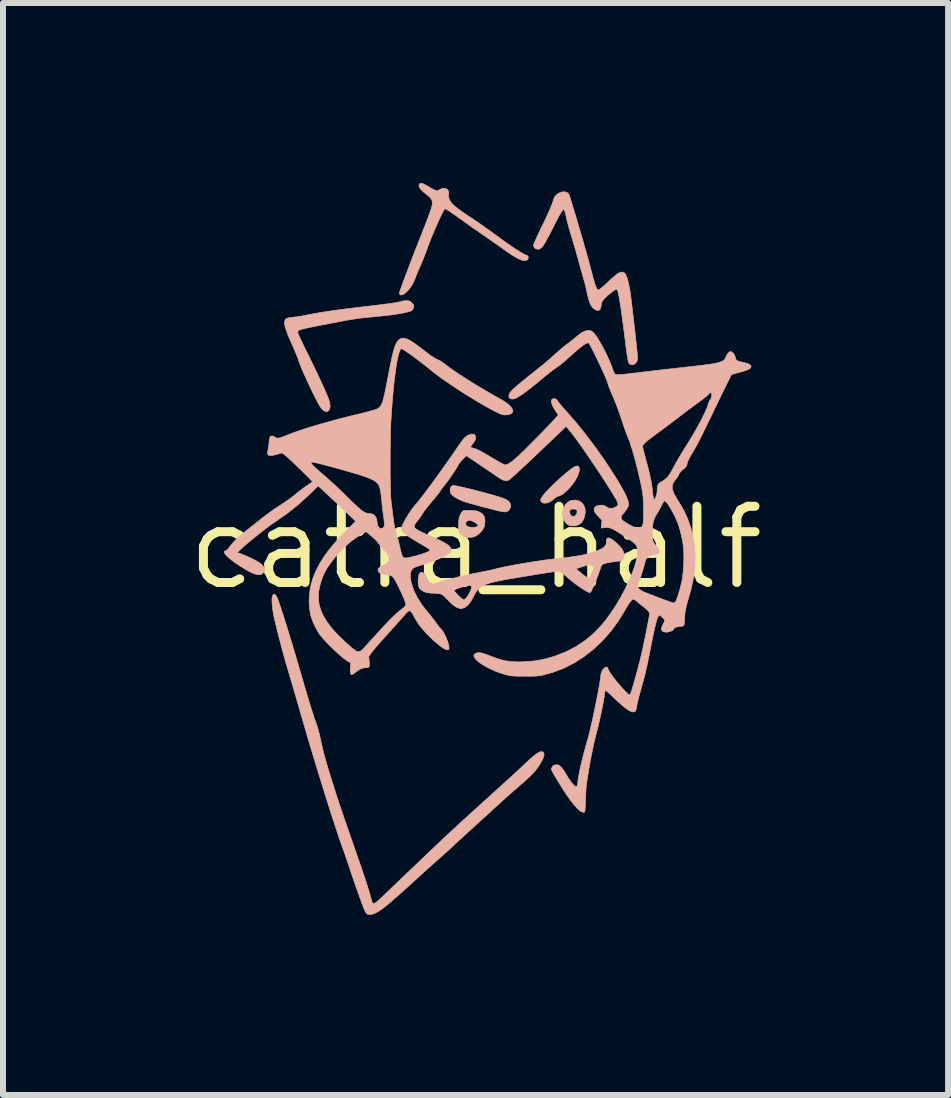
<source format=kicad_pcb>
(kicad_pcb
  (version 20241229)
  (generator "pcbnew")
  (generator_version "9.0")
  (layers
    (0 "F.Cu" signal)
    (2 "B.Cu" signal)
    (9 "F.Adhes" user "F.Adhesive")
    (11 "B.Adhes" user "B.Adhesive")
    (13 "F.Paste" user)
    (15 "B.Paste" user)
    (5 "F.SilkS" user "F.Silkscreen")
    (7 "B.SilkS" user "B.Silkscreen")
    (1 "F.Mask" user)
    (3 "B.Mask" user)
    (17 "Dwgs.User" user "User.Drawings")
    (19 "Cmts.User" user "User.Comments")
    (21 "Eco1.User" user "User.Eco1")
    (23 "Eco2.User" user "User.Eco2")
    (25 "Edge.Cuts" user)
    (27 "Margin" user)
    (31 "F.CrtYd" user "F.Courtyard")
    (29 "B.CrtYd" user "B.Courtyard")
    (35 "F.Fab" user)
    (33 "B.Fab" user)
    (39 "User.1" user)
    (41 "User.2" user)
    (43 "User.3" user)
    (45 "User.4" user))
  (footprint "catra_half"
    (layer "F.Cu")
    (at 4.876 6.078)
    (property "Reference" "catra_half" (at 0 0 0) (layer "F.SilkS") (effects (font (size 1.27 1.27) (thickness 0.15))))
    (attr through_hole)
    (fp_poly (pts (xy 1.716 -1.355) (xy 1.728 -1.33) (xy 1.73 -1.299) (xy 1.721 -1.247) (xy 1.697 -1.187) (xy 1.662 -1.123) (xy 1.617 -1.058) (xy 1.566 -0.996) (xy 1.513 -0.942) (xy 1.459 -0.897) (xy 1.407 -0.867) (xy 1.382 -0.859) (xy 1.349 -0.846) (xy 1.322 -0.829) (xy 1.317 -0.824) (xy 1.277 -0.788) (xy 1.232 -0.761) (xy 1.187 -0.745) (xy 1.146 -0.741) (xy 1.112 -0.75) (xy 1.095 -0.767) (xy 1.085 -0.784) (xy 1.084 -0.798) (xy 1.092 -0.818) (xy 1.106 -0.843) (xy 1.13 -0.877) (xy 1.167 -0.92) (xy 1.215 -0.971) (xy 1.271 -1.028) (xy 1.331 -1.086) (xy 1.394 -1.145) (xy 1.457 -1.201) (xy 1.518 -1.252) (xy 1.572 -1.296) (xy 1.618 -1.33) (xy 1.653 -1.351) (xy 1.66 -1.354) (xy 1.694 -1.363) (xy 1.716 -1.355)) (stroke (width 0.01) (type solid)) (fill yes) (layer "B.SilkS"))
    (fp_poly (pts (xy 1.672 -0.791) (xy 1.729 -0.777) (xy 1.774 -0.746) (xy 1.806 -0.703) (xy 1.825 -0.648) (xy 1.829 -0.586) (xy 1.817 -0.518) (xy 1.801 -0.475) (xy 1.768 -0.421) (xy 1.723 -0.384) (xy 1.665 -0.365) (xy 1.642 -0.363) (xy 1.585 -0.365) (xy 1.549 -0.376) (xy 1.508 -0.408) (xy 1.475 -0.455) (xy 1.454 -0.511) (xy 1.447 -0.57) (xy 1.451 -0.611) (xy 1.568 -0.611) (xy 1.568 -0.581) (xy 1.58 -0.552) (xy 1.6 -0.528) (xy 1.627 -0.519) (xy 1.628 -0.519) (xy 1.648 -0.526) (xy 1.671 -0.544) (xy 1.671 -0.544) (xy 1.689 -0.574) (xy 1.691 -0.605) (xy 1.688 -0.627) (xy 1.678 -0.638) (xy 1.656 -0.642) (xy 1.642 -0.644) (xy 1.61 -0.643) (xy 1.586 -0.637) (xy 1.581 -0.634) (xy 1.568 -0.611) (xy 1.451 -0.611) (xy 1.451 -0.616) (xy 1.47 -0.673) (xy 1.499 -0.719) (xy 1.529 -0.75) (xy 1.565 -0.777) (xy 1.602 -0.79) (xy 1.647 -0.793) (xy 1.672 -0.791)) (stroke (width 0.01) (type solid)) (fill yes) (layer "B.SilkS"))
    (fp_poly (pts (xy -0.345 -1.034) (xy -0.305 -1.027) (xy -0.251 -1.015) (xy -0.185 -1) (xy -0.109 -0.982) (xy -0.028 -0.962) (xy 0.056 -0.94) (xy 0.14 -0.918) (xy 0.222 -0.896) (xy 0.298 -0.875) (xy 0.314 -0.87) (xy 0.393 -0.846) (xy 0.454 -0.826) (xy 0.5 -0.807) (xy 0.533 -0.789) (xy 0.556 -0.77) (xy 0.571 -0.748) (xy 0.578 -0.734) (xy 0.587 -0.706) (xy 0.585 -0.682) (xy 0.578 -0.663) (xy 0.556 -0.624) (xy 0.526 -0.603) (xy 0.485 -0.596) (xy 0.445 -0.6) (xy 0.417 -0.606) (xy 0.372 -0.616) (xy 0.314 -0.631) (xy 0.247 -0.648) (xy 0.174 -0.667) (xy 0.099 -0.686) (xy 0.026 -0.706) (xy -0.043 -0.725) (xy -0.103 -0.742) (xy -0.15 -0.755) (xy -0.177 -0.764) (xy -0.24 -0.788) (xy -0.298 -0.816) (xy -0.349 -0.845) (xy -0.387 -0.874) (xy -0.41 -0.901) (xy -0.414 -0.907) (xy -0.424 -0.953) (xy -0.421 -0.992) (xy -0.406 -1.021) (xy -0.38 -1.036) (xy -0.367 -1.037) (xy -0.345 -1.034)) (stroke (width 0.01) (type solid)) (fill yes) (layer "B.SilkS"))
    (fp_poly (pts (xy -0.041 -0.619) (xy -0.004 -0.616) (xy 0.024 -0.611) (xy 0.05 -0.601) (xy 0.069 -0.592) (xy 0.113 -0.564) (xy 0.14 -0.53) (xy 0.154 -0.486) (xy 0.157 -0.427) (xy 0.156 -0.422) (xy 0.152 -0.378) (xy 0.143 -0.345) (xy 0.126 -0.313) (xy 0.117 -0.299) (xy 0.087 -0.262) (xy 0.049 -0.226) (xy 0.029 -0.211) (xy -0.005 -0.19) (xy -0.037 -0.178) (xy -0.075 -0.173) (xy -0.094 -0.172) (xy -0.142 -0.172) (xy -0.178 -0.178) (xy -0.2 -0.187) (xy -0.237 -0.211) (xy -0.261 -0.241) (xy -0.275 -0.281) (xy -0.283 -0.337) (xy -0.283 -0.346) (xy -0.283 -0.403) (xy -0.166 -0.403) (xy -0.161 -0.377) (xy -0.141 -0.356) (xy -0.13 -0.351) (xy -0.094 -0.343) (xy -0.052 -0.34) (xy -0.012 -0.342) (xy 0.019 -0.349) (xy 0.027 -0.354) (xy 0.04 -0.365) (xy 0.04 -0.375) (xy 0.026 -0.392) (xy -0.006 -0.419) (xy -0.048 -0.441) (xy -0.088 -0.454) (xy -0.104 -0.455) (xy -0.136 -0.447) (xy -0.157 -0.428) (xy -0.166 -0.403) (xy -0.283 -0.403) (xy -0.283 -0.43) (xy -0.273 -0.5) (xy -0.252 -0.556) (xy -0.233 -0.586) (xy -0.203 -0.619) (xy -0.093 -0.619) (xy -0.041 -0.619)) (stroke (width 0.01) (type solid)) (fill yes) (layer "B.SilkS"))
    (fp_poly (pts (xy -1.117 -4.115) (xy -1.092 -4.106) (xy -1.067 -4.086) (xy -1.063 -4.081) (xy -1.037 -4.051) (xy -1.028 -4.026) (xy -1.034 -3.997) (xy -1.043 -3.979) (xy -1.059 -3.957) (xy -1.086 -3.942) (xy -1.114 -3.933) (xy -1.188 -3.915) (xy -1.278 -3.898) (xy -1.386 -3.882) (xy -1.512 -3.867) (xy -1.658 -3.852) (xy -1.714 -3.847) (xy -1.792 -3.839) (xy -1.861 -3.832) (xy -1.926 -3.825) (xy -1.991 -3.816) (xy -2.059 -3.805) (xy -2.134 -3.793) (xy -2.219 -3.777) (xy -2.319 -3.758) (xy -2.413 -3.74) (xy -2.534 -3.717) (xy -2.636 -3.697) (xy -2.72 -3.68) (xy -2.788 -3.666) (xy -2.842 -3.654) (xy -2.884 -3.644) (xy -2.915 -3.635) (xy -2.936 -3.627) (xy -2.95 -3.619) (xy -2.958 -3.611) (xy -2.962 -3.602) (xy -2.963 -3.593) (xy -2.963 -3.586) (xy -2.959 -3.572) (xy -2.946 -3.54) (xy -2.926 -3.495) (xy -2.899 -3.439) (xy -2.868 -3.374) (xy -2.833 -3.302) (xy -2.816 -3.266) (xy -2.763 -3.16) (xy -2.71 -3.051) (xy -2.659 -2.945) (xy -2.611 -2.842) (xy -2.566 -2.746) (xy -2.526 -2.658) (xy -2.492 -2.582) (xy -2.466 -2.52) (xy -2.449 -2.479) (xy -2.43 -2.415) (xy -2.424 -2.359) (xy -2.431 -2.314) (xy -2.436 -2.304) (xy -2.456 -2.276) (xy -2.48 -2.267) (xy -2.513 -2.274) (xy -2.514 -2.275) (xy -2.534 -2.288) (xy -2.559 -2.311) (xy -2.572 -2.325) (xy -2.589 -2.349) (xy -2.614 -2.391) (xy -2.643 -2.446) (xy -2.678 -2.512) (xy -2.715 -2.587) (xy -2.753 -2.666) (xy -2.792 -2.749) (xy -2.829 -2.831) (xy -2.865 -2.909) (xy -2.896 -2.982) (xy -2.922 -3.046) (xy -2.942 -3.098) (xy -2.953 -3.133) (xy -2.961 -3.157) (xy -2.977 -3.197) (xy -2.998 -3.248) (xy -3.023 -3.307) (xy -3.05 -3.37) (xy -3.054 -3.378) (xy -3.098 -3.477) (xy -3.132 -3.56) (xy -3.156 -3.628) (xy -3.173 -3.682) (xy -3.182 -3.725) (xy -3.183 -3.759) (xy -3.181 -3.771) (xy -3.174 -3.795) (xy -3.162 -3.813) (xy -3.14 -3.825) (xy -3.105 -3.833) (xy -3.054 -3.84) (xy -3.032 -3.842) (xy -2.974 -3.849) (xy -2.908 -3.859) (xy -2.845 -3.871) (xy -2.829 -3.874) (xy -2.752 -3.89) (xy -2.671 -3.905) (xy -2.583 -3.92) (xy -2.487 -3.935) (xy -2.381 -3.951) (xy -2.262 -3.967) (xy -2.129 -3.984) (xy -1.98 -4.002) (xy -1.813 -4.022) (xy -1.725 -4.032) (xy -1.594 -4.048) (xy -1.484 -4.062) (xy -1.394 -4.074) (xy -1.323 -4.086) (xy -1.27 -4.096) (xy -1.236 -4.105) (xy -1.232 -4.107) (xy -1.205 -4.113) (xy -1.169 -4.116) (xy -1.152 -4.117) (xy -1.117 -4.115)) (stroke (width 0.01) (type solid)) (fill yes) (layer "B.SilkS"))
    (fp_poly (pts (xy -0.893 -6.072) (xy -0.864 -6.061) (xy -0.825 -6.041) (xy -0.771 -6.01) (xy -0.766 -6.006) (xy -0.723 -5.982) (xy -0.686 -5.963) (xy -0.657 -5.951) (xy -0.646 -5.948) (xy -0.621 -5.954) (xy -0.596 -5.969) (xy -0.564 -5.985) (xy -0.528 -5.99) (xy -0.494 -5.984) (xy -0.468 -5.97) (xy -0.455 -5.948) (xy -0.454 -5.944) (xy -0.453 -5.927) (xy -0.452 -5.897) (xy -0.452 -5.873) (xy -0.448 -5.837) (xy -0.438 -5.804) (xy -0.419 -5.77) (xy -0.392 -5.735) (xy -0.353 -5.697) (xy -0.301 -5.655) (xy -0.236 -5.607) (xy -0.155 -5.551) (xy -0.074 -5.498) (xy -0.009 -5.455) (xy 0.066 -5.403) (xy 0.146 -5.347) (xy 0.225 -5.291) (xy 0.295 -5.24) (xy 0.296 -5.239) (xy 0.402 -5.162) (xy 0.5 -5.091) (xy 0.59 -5.029) (xy 0.669 -4.976) (xy 0.737 -4.933) (xy 0.792 -4.901) (xy 0.832 -4.88) (xy 0.852 -4.873) (xy 0.872 -4.862) (xy 0.878 -4.839) (xy 0.878 -4.838) (xy 0.872 -4.806) (xy 0.851 -4.789) (xy 0.814 -4.784) (xy 0.814 -4.784) (xy 0.775 -4.79) (xy 0.724 -4.811) (xy 0.659 -4.846) (xy 0.581 -4.895) (xy 0.488 -4.959) (xy 0.487 -4.96) (xy 0.434 -4.998) (xy 0.368 -5.044) (xy 0.296 -5.095) (xy 0.222 -5.147) (xy 0.151 -5.196) (xy 0.138 -5.205) (xy 0.064 -5.256) (xy -0.017 -5.312) (xy -0.099 -5.37) (xy -0.177 -5.426) (xy -0.244 -5.473) (xy -0.249 -5.476) (xy -0.322 -5.529) (xy -0.381 -5.57) (xy -0.426 -5.601) (xy -0.459 -5.623) (xy -0.484 -5.637) (xy -0.5 -5.645) (xy -0.511 -5.646) (xy -0.517 -5.643) (xy -0.521 -5.64) (xy -0.536 -5.613) (xy -0.558 -5.57) (xy -0.585 -5.514) (xy -0.616 -5.448) (xy -0.648 -5.375) (xy -0.682 -5.298) (xy -0.715 -5.22) (xy -0.746 -5.145) (xy -0.773 -5.076) (xy -0.796 -5.016) (xy -0.813 -4.969) (xy -0.828 -4.926) (xy -0.85 -4.869) (xy -0.875 -4.805) (xy -0.903 -4.739) (xy -0.918 -4.704) (xy -0.943 -4.646) (xy -0.967 -4.591) (xy -0.986 -4.543) (xy -1 -4.508) (xy -1.005 -4.493) (xy -1.028 -4.437) (xy -1.057 -4.382) (xy -1.091 -4.331) (xy -1.128 -4.285) (xy -1.166 -4.249) (xy -1.201 -4.223) (xy -1.232 -4.211) (xy -1.257 -4.215) (xy -1.263 -4.219) (xy -1.269 -4.235) (xy -1.27 -4.242) (xy -1.266 -4.257) (xy -1.256 -4.29) (xy -1.239 -4.338) (xy -1.216 -4.4) (xy -1.19 -4.473) (xy -1.159 -4.555) (xy -1.125 -4.644) (xy -1.089 -4.739) (xy -1.052 -4.836) (xy -1.014 -4.935) (xy -0.976 -5.032) (xy -0.939 -5.126) (xy -0.904 -5.215) (xy -0.893 -5.244) (xy -0.847 -5.358) (xy -0.81 -5.454) (xy -0.779 -5.534) (xy -0.756 -5.6) (xy -0.739 -5.653) (xy -0.728 -5.695) (xy -0.721 -5.727) (xy -0.72 -5.75) (xy -0.726 -5.788) (xy -0.747 -5.824) (xy -0.785 -5.862) (xy -0.82 -5.889) (xy -0.872 -5.931) (xy -0.912 -5.971) (xy -0.936 -6.007) (xy -0.945 -6.038) (xy -0.937 -6.061) (xy -0.93 -6.067) (xy -0.914 -6.073) (xy -0.893 -6.072)) (stroke (width 0.01) (type solid)) (fill yes) (layer "B.SilkS"))
    (fp_poly (pts (xy 1.501 -5.928) (xy 1.532 -5.914) (xy 1.552 -5.895) (xy 1.554 -5.892) (xy 1.561 -5.875) (xy 1.573 -5.839) (xy 1.589 -5.788) (xy 1.609 -5.723) (xy 1.632 -5.647) (xy 1.658 -5.562) (xy 1.686 -5.47) (xy 1.714 -5.373) (xy 1.743 -5.275) (xy 1.772 -5.176) (xy 1.8 -5.08) (xy 1.826 -4.988) (xy 1.85 -4.903) (xy 1.871 -4.828) (xy 1.889 -4.764) (xy 1.899 -4.725) (xy 1.927 -4.618) (xy 1.95 -4.53) (xy 1.97 -4.459) (xy 1.987 -4.403) (xy 2.001 -4.361) (xy 2.013 -4.332) (xy 2.024 -4.312) (xy 2.034 -4.302) (xy 2.045 -4.298) (xy 2.057 -4.3) (xy 2.064 -4.303) (xy 2.079 -4.314) (xy 2.105 -4.336) (xy 2.141 -4.367) (xy 2.182 -4.405) (xy 2.205 -4.426) (xy 2.268 -4.484) (xy 2.318 -4.528) (xy 2.358 -4.56) (xy 2.391 -4.58) (xy 2.418 -4.591) (xy 2.441 -4.593) (xy 2.464 -4.589) (xy 2.471 -4.587) (xy 2.493 -4.568) (xy 2.514 -4.529) (xy 2.534 -4.47) (xy 2.553 -4.39) (xy 2.572 -4.29) (xy 2.576 -4.265) (xy 2.581 -4.232) (xy 2.588 -4.181) (xy 2.596 -4.117) (xy 2.605 -4.041) (xy 2.615 -3.955) (xy 2.626 -3.863) (xy 2.637 -3.768) (xy 2.648 -3.671) (xy 2.659 -3.575) (xy 2.669 -3.482) (xy 2.678 -3.397) (xy 2.686 -3.32) (xy 2.693 -3.254) (xy 2.698 -3.203) (xy 2.701 -3.169) (xy 2.702 -3.156) (xy 2.694 -3.115) (xy 2.674 -3.081) (xy 2.645 -3.058) (xy 2.612 -3.048) (xy 2.578 -3.055) (xy 2.568 -3.062) (xy 2.561 -3.067) (xy 2.555 -3.076) (xy 2.55 -3.089) (xy 2.544 -3.108) (xy 2.538 -3.135) (xy 2.532 -3.172) (xy 2.524 -3.221) (xy 2.516 -3.284) (xy 2.505 -3.363) (xy 2.493 -3.46) (xy 2.482 -3.545) (xy 2.464 -3.69) (xy 2.446 -3.822) (xy 2.43 -3.94) (xy 2.415 -4.042) (xy 2.401 -4.128) (xy 2.389 -4.197) (xy 2.378 -4.247) (xy 2.37 -4.277) (xy 2.368 -4.282) (xy 2.355 -4.301) (xy 2.343 -4.307) (xy 2.329 -4.301) (xy 2.304 -4.285) (xy 2.273 -4.261) (xy 2.268 -4.258) (xy 2.205 -4.206) (xy 2.158 -4.162) (xy 2.125 -4.125) (xy 2.105 -4.093) (xy 2.096 -4.064) (xy 2.095 -4.05) (xy 2.091 -4.014) (xy 2.078 -3.98) (xy 2.061 -3.958) (xy 2.053 -3.953) (xy 2.026 -3.954) (xy 1.992 -3.969) (xy 1.959 -3.994) (xy 1.95 -4.002) (xy 1.925 -4.037) (xy 1.903 -4.085) (xy 1.882 -4.149) (xy 1.862 -4.232) (xy 1.858 -4.25) (xy 1.845 -4.311) (xy 1.83 -4.375) (xy 1.815 -4.433) (xy 1.805 -4.466) (xy 1.794 -4.505) (xy 1.779 -4.559) (xy 1.76 -4.624) (xy 1.741 -4.694) (xy 1.721 -4.766) (xy 1.719 -4.773) (xy 1.696 -4.856) (xy 1.67 -4.949) (xy 1.642 -5.044) (xy 1.616 -5.132) (xy 1.598 -5.191) (xy 1.576 -5.262) (xy 1.555 -5.335) (xy 1.537 -5.404) (xy 1.522 -5.464) (xy 1.513 -5.503) (xy 1.503 -5.551) (xy 1.492 -5.591) (xy 1.483 -5.619) (xy 1.477 -5.629) (xy 1.469 -5.633) (xy 1.46 -5.631) (xy 1.448 -5.62) (xy 1.432 -5.599) (xy 1.412 -5.566) (xy 1.386 -5.52) (xy 1.354 -5.459) (xy 1.315 -5.382) (xy 1.281 -5.315) (xy 1.234 -5.222) (xy 1.194 -5.148) (xy 1.161 -5.089) (xy 1.132 -5.044) (xy 1.108 -5.012) (xy 1.086 -4.991) (xy 1.065 -4.979) (xy 1.045 -4.974) (xy 1.039 -4.974) (xy 1.001 -4.982) (xy 0.976 -5.005) (xy 0.967 -5.037) (xy 0.968 -5.052) (xy 0.975 -5.071) (xy 0.99 -5.106) (xy 1.01 -5.153) (xy 1.036 -5.209) (xy 1.065 -5.27) (xy 1.071 -5.281) (xy 1.122 -5.387) (xy 1.169 -5.485) (xy 1.209 -5.573) (xy 1.243 -5.65) (xy 1.269 -5.713) (xy 1.287 -5.761) (xy 1.295 -5.791) (xy 1.296 -5.792) (xy 1.313 -5.839) (xy 1.346 -5.88) (xy 1.389 -5.911) (xy 1.437 -5.929) (xy 1.485 -5.932) (xy 1.501 -5.928)) (stroke (width 0.01) (type solid)) (fill yes) (layer "B.SilkS"))
    (fp_poly (pts (xy 2.25 -0.152) (xy 2.285 -0.13) (xy 2.328 -0.096) (xy 2.372 -0.056) (xy 2.412 -0.013) (xy 2.443 0.026) (xy 2.447 0.031) (xy 2.47 0.082) (xy 2.477 0.13) (xy 2.467 0.173) (xy 2.451 0.196) (xy 2.429 0.214) (xy 2.412 0.222) (xy 2.411 0.222) (xy 2.381 0.225) (xy 2.338 0.23) (xy 2.288 0.237) (xy 2.237 0.246) (xy 2.191 0.254) (xy 2.155 0.262) (xy 2.136 0.268) (xy 2.115 0.279) (xy 2.1 0.297) (xy 2.087 0.325) (xy 2.081 0.345) (xy 2.067 0.385) (xy 2.048 0.437) (xy 2.026 0.496) (xy 2.001 0.558) (xy 1.978 0.616) (xy 1.956 0.666) (xy 1.939 0.703) (xy 1.936 0.711) (xy 1.92 0.737) (xy 1.907 0.747) (xy 1.891 0.746) (xy 1.858 0.731) (xy 1.813 0.705) (xy 1.758 0.67) (xy 1.697 0.627) (xy 1.633 0.579) (xy 1.57 0.529) (xy 1.511 0.478) (xy 1.503 0.471) (xy 1.467 0.44) (xy 1.433 0.415) (xy 1.407 0.399) (xy 1.398 0.395) (xy 1.39 0.394) (xy 1.379 0.393) (xy 1.364 0.394) (xy 1.342 0.396) (xy 1.312 0.399) (xy 1.273 0.405) (xy 1.223 0.412) (xy 1.161 0.422) (xy 1.084 0.434) (xy 0.992 0.449) (xy 0.882 0.467) (xy 0.753 0.488) (xy 0.725 0.493) (xy 0.589 0.516) (xy 0.473 0.536) (xy 0.374 0.556) (xy 0.29 0.575) (xy 0.221 0.594) (xy 0.163 0.615) (xy 0.116 0.637) (xy 0.077 0.662) (xy 0.045 0.691) (xy 0.018 0.723) (xy -0.007 0.761) (xy -0.029 0.804) (xy -0.038 0.821) (xy -0.08 0.897) (xy -0.126 0.955) (xy -0.174 0.994) (xy -0.224 1.014) (xy -0.246 1.016) (xy -0.269 1.011) (xy -0.302 0.999) (xy -0.326 0.989) (xy -0.373 0.957) (xy -0.429 0.907) (xy -0.46 0.873) (xy -0.495 0.837) (xy -0.528 0.805) (xy -0.555 0.783) (xy -0.569 0.775) (xy -0.592 0.769) (xy -0.63 0.765) (xy -0.676 0.761) (xy -0.705 0.759) (xy -0.761 0.756) (xy -0.802 0.75) (xy -0.834 0.742) (xy -0.864 0.729) (xy -0.894 0.711) (xy -0.358 0.711) (xy -0.352 0.725) (xy -0.333 0.748) (xy -0.307 0.776) (xy -0.277 0.807) (xy -0.247 0.834) (xy -0.22 0.856) (xy -0.202 0.867) (xy -0.199 0.868) (xy -0.182 0.861) (xy -0.161 0.843) (xy -0.157 0.839) (xy -0.135 0.811) (xy -0.112 0.773) (xy -0.091 0.733) (xy -0.075 0.694) (xy -0.066 0.664) (xy -0.066 0.653) (xy -0.077 0.633) (xy -0.095 0.627) (xy -0.118 0.628) (xy -0.153 0.635) (xy -0.195 0.647) (xy -0.241 0.661) (xy -0.285 0.676) (xy -0.322 0.69) (xy -0.348 0.703) (xy -0.358 0.711) (xy -0.894 0.711) (xy -0.907 0.703) (xy -0.935 0.675) (xy -0.951 0.639) (xy -0.957 0.589) (xy -0.958 0.563) (xy -0.954 0.498) (xy -0.944 0.451) (xy -0.927 0.42) (xy -0.905 0.408) (xy -0.878 0.416) (xy -0.857 0.433) (xy -0.834 0.463) (xy -0.817 0.5) (xy -0.816 0.505) (xy -0.803 0.54) (xy -0.785 0.571) (xy -0.782 0.575) (xy -0.756 0.596) (xy -0.719 0.603) (xy -0.669 0.596) (xy -0.608 0.577) (xy -0.564 0.562) (xy -0.503 0.544) (xy -0.429 0.524) (xy -0.346 0.503) (xy -0.257 0.481) (xy -0.166 0.46) (xy -0.077 0.44) (xy 0.006 0.423) (xy 0.063 0.412) (xy 0.133 0.398) (xy 0.206 0.383) (xy 0.276 0.368) (xy 0.336 0.354) (xy 0.347 0.351) (xy 1.674 0.351) (xy 1.707 0.38) (xy 1.769 0.432) (xy 1.819 0.471) (xy 1.856 0.496) (xy 1.878 0.506) (xy 1.882 0.506) (xy 1.895 0.495) (xy 1.914 0.471) (xy 1.933 0.437) (xy 1.934 0.435) (xy 1.957 0.386) (xy 1.966 0.35) (xy 1.964 0.324) (xy 1.949 0.305) (xy 1.945 0.302) (xy 1.925 0.292) (xy 1.903 0.287) (xy 1.874 0.29) (xy 1.835 0.299) (xy 1.78 0.316) (xy 1.773 0.319) (xy 1.674 0.351) (xy 0.347 0.351) (xy 0.354 0.35) (xy 0.432 0.331) (xy 0.527 0.311) (xy 0.636 0.29) (xy 0.754 0.269) (xy 0.877 0.248) (xy 1.002 0.229) (xy 1.124 0.21) (xy 1.24 0.195) (xy 1.346 0.182) (xy 1.412 0.175) (xy 1.585 0.155) (xy 1.738 0.131) (xy 1.87 0.103) (xy 1.981 0.07) (xy 2.051 0.042) (xy 2.107 0.014) (xy 2.145 -0.013) (xy 2.168 -0.04) (xy 2.179 -0.073) (xy 2.18 -0.096) (xy 2.184 -0.137) (xy 2.196 -0.159) (xy 2.218 -0.163) (xy 2.25 -0.152)) (stroke (width 0.01) (type solid)) (fill yes) (layer "B.SilkS"))
    (fp_poly (pts (xy -3.337 0.783) (xy -3.316 0.812) (xy -3.305 0.837) (xy -3.288 0.881) (xy -3.267 0.943) (xy -3.241 1.02) (xy -3.211 1.111) (xy -3.178 1.215) (xy -3.142 1.33) (xy -3.104 1.455) (xy -3.063 1.587) (xy -3.021 1.727) (xy -2.979 1.871) (xy -2.935 2.018) (xy -2.895 2.157) (xy -2.862 2.271) (xy -2.829 2.382) (xy -2.798 2.488) (xy -2.768 2.586) (xy -2.741 2.676) (xy -2.716 2.753) (xy -2.696 2.817) (xy -2.68 2.864) (xy -2.671 2.887) (xy -2.634 2.993) (xy -2.6 3.119) (xy -2.582 3.201) (xy -2.568 3.265) (xy -2.555 3.325) (xy -2.543 3.376) (xy -2.534 3.415) (xy -2.529 3.434) (xy -2.483 3.597) (xy -2.432 3.766) (xy -2.377 3.944) (xy -2.317 4.131) (xy -2.251 4.331) (xy -2.178 4.546) (xy -2.098 4.777) (xy -2.064 4.874) (xy -2.005 5.042) (xy -1.951 5.198) (xy -1.902 5.34) (xy -1.859 5.467) (xy -1.822 5.579) (xy -1.792 5.674) (xy -1.768 5.752) (xy -1.75 5.812) (xy -1.741 5.852) (xy -1.731 5.888) (xy -1.721 5.915) (xy -1.713 5.928) (xy -1.697 5.93) (xy -1.673 5.921) (xy -1.641 5.898) (xy -1.598 5.861) (xy -1.549 5.814) (xy -1.524 5.79) (xy -1.486 5.754) (xy -1.436 5.706) (xy -1.376 5.648) (xy -1.307 5.582) (xy -1.232 5.51) (xy -1.152 5.433) (xy -1.068 5.354) (xy -0.983 5.273) (xy -0.899 5.192) (xy -0.816 5.113) (xy -0.737 5.038) (xy -0.664 4.968) (xy -0.597 4.905) (xy -0.54 4.85) (xy -0.497 4.81) (xy -0.461 4.777) (xy -0.412 4.731) (xy -0.35 4.674) (xy -0.279 4.608) (xy -0.198 4.535) (xy -0.111 4.455) (xy -0.019 4.372) (xy 0.076 4.285) (xy 0.172 4.198) (xy 0.268 4.111) (xy 0.361 4.027) (xy 0.45 3.946) (xy 0.51 3.892) (xy 0.574 3.834) (xy 0.642 3.772) (xy 0.708 3.711) (xy 0.769 3.654) (xy 0.82 3.606) (xy 0.843 3.584) (xy 0.916 3.516) (xy 0.976 3.465) (xy 1.026 3.428) (xy 1.066 3.406) (xy 1.097 3.398) (xy 1.121 3.403) (xy 1.13 3.41) (xy 1.142 3.436) (xy 1.137 3.476) (xy 1.117 3.53) (xy 1.08 3.596) (xy 1.072 3.608) (xy 1.042 3.655) (xy 1.011 3.696) (xy 0.978 3.737) (xy 0.94 3.778) (xy 0.894 3.823) (xy 0.838 3.874) (xy 0.769 3.935) (xy 0.736 3.964) (xy 0.671 4.02) (xy 0.606 4.077) (xy 0.543 4.132) (xy 0.487 4.182) (xy 0.44 4.224) (xy 0.418 4.245) (xy 0.381 4.279) (xy 0.331 4.324) (xy 0.273 4.377) (xy 0.21 4.435) (xy 0.144 4.495) (xy 0.09 4.544) (xy 0.018 4.609) (xy -0.061 4.682) (xy -0.143 4.757) (xy -0.223 4.83) (xy -0.295 4.896) (xy -0.328 4.927) (xy -0.388 4.983) (xy -0.449 5.039) (xy -0.508 5.092) (xy -0.56 5.139) (xy -0.602 5.176) (xy -0.619 5.191) (xy -0.65 5.218) (xy -0.694 5.258) (xy -0.748 5.306) (xy -0.81 5.362) (xy -0.877 5.422) (xy -0.946 5.485) (xy -0.99 5.525) (xy -1.103 5.628) (xy -1.202 5.718) (xy -1.288 5.794) (xy -1.363 5.86) (xy -1.427 5.915) (xy -1.482 5.961) (xy -1.53 5.999) (xy -1.571 6.029) (xy -1.607 6.054) (xy -1.639 6.073) (xy -1.669 6.088) (xy -1.673 6.09) (xy -1.724 6.11) (xy -1.764 6.115) (xy -1.8 6.108) (xy -1.807 6.104) (xy -1.822 6.09) (xy -1.841 6.059) (xy -1.862 6.011) (xy -1.872 5.986) (xy -1.893 5.931) (xy -1.919 5.86) (xy -1.949 5.776) (xy -1.982 5.683) (xy -2.016 5.585) (xy -2.05 5.486) (xy -2.083 5.389) (xy -2.111 5.302) (xy -2.134 5.235) (xy -2.159 5.162) (xy -2.183 5.092) (xy -2.205 5.033) (xy -2.207 5.027) (xy -2.237 4.942) (xy -2.273 4.839) (xy -2.313 4.719) (xy -2.357 4.585) (xy -2.405 4.438) (xy -2.455 4.281) (xy -2.508 4.115) (xy -2.561 3.942) (xy -2.616 3.765) (xy -2.671 3.584) (xy -2.726 3.403) (xy -2.78 3.223) (xy -2.832 3.046) (xy -2.882 2.874) (xy -2.907 2.79) (xy -2.94 2.673) (xy -2.973 2.558) (xy -3.005 2.448) (xy -3.035 2.345) (xy -3.063 2.251) (xy -3.087 2.169) (xy -3.107 2.1) (xy -3.123 2.047) (xy -3.134 2.013) (xy -3.134 2.012) (xy -3.148 1.964) (xy -3.167 1.901) (xy -3.188 1.825) (xy -3.211 1.74) (xy -3.235 1.649) (xy -3.26 1.555) (xy -3.284 1.461) (xy -3.307 1.371) (xy -3.327 1.288) (xy -3.345 1.215) (xy -3.359 1.155) (xy -3.368 1.112) (xy -3.369 1.106) (xy -3.38 1.036) (xy -3.388 0.967) (xy -3.393 0.904) (xy -3.393 0.852) (xy -3.389 0.815) (xy -3.389 0.815) (xy -3.376 0.784) (xy -3.358 0.774) (xy -3.337 0.783)) (stroke (width 0.01) (type solid)) (fill yes) (layer "B.SilkS"))
    (fp_poly (pts (xy 1.912 -3.618) (xy 1.934 -3.609) (xy 1.957 -3.591) (xy 1.974 -3.573) (xy 2.004 -3.536) (xy 2.039 -3.484) (xy 2.078 -3.419) (xy 2.119 -3.345) (xy 2.16 -3.266) (xy 2.199 -3.185) (xy 2.235 -3.107) (xy 2.264 -3.034) (xy 2.283 -2.982) (xy 2.299 -2.936) (xy 2.314 -2.907) (xy 2.328 -2.891) (xy 2.335 -2.887) (xy 2.347 -2.884) (xy 2.368 -2.883) (xy 2.399 -2.884) (xy 2.443 -2.888) (xy 2.502 -2.893) (xy 2.577 -2.902) (xy 2.67 -2.913) (xy 2.723 -2.919) (xy 2.828 -2.932) (xy 2.947 -2.946) (xy 3.075 -2.961) (xy 3.205 -2.976) (xy 3.33 -2.99) (xy 3.444 -3.003) (xy 3.471 -3.006) (xy 3.588 -3.019) (xy 3.686 -3.03) (xy 3.767 -3.039) (xy 3.834 -3.048) (xy 3.889 -3.055) (xy 3.934 -3.062) (xy 3.971 -3.068) (xy 4.003 -3.074) (xy 4.031 -3.081) (xy 4.054 -3.087) (xy 4.104 -3.103) (xy 4.138 -3.125) (xy 4.162 -3.154) (xy 4.178 -3.191) (xy 4.2 -3.234) (xy 4.225 -3.259) (xy 4.246 -3.269) (xy 4.263 -3.266) (xy 4.282 -3.254) (xy 4.302 -3.235) (xy 4.316 -3.212) (xy 4.327 -3.178) (xy 4.333 -3.153) (xy 4.34 -3.135) (xy 4.355 -3.121) (xy 4.382 -3.109) (xy 4.423 -3.097) (xy 4.476 -3.085) (xy 4.533 -3.07) (xy 4.57 -3.052) (xy 4.589 -3.032) (xy 4.591 -3.013) (xy 4.581 -2.994) (xy 4.555 -2.976) (xy 4.511 -2.957) (xy 4.45 -2.936) (xy 4.392 -2.921) (xy 4.345 -2.908) (xy 4.305 -2.897) (xy 4.277 -2.889) (xy 4.266 -2.885) (xy 4.26 -2.874) (xy 4.246 -2.847) (xy 4.225 -2.805) (xy 4.198 -2.751) (xy 4.166 -2.687) (xy 4.131 -2.614) (xy 4.101 -2.554) (xy 4.029 -2.405) (xy 3.966 -2.274) (xy 3.911 -2.159) (xy 3.862 -2.059) (xy 3.82 -1.974) (xy 3.784 -1.9) (xy 3.753 -1.838) (xy 3.727 -1.785) (xy 3.704 -1.741) (xy 3.685 -1.705) (xy 3.668 -1.674) (xy 3.653 -1.647) (xy 3.639 -1.624) (xy 3.637 -1.62) (xy 3.594 -1.549) (xy 3.562 -1.492) (xy 3.541 -1.449) (xy 3.529 -1.417) (xy 3.524 -1.393) (xy 3.524 -1.391) (xy 3.516 -1.362) (xy 3.489 -1.332) (xy 3.485 -1.329) (xy 3.435 -1.284) (xy 3.403 -1.249) (xy 3.388 -1.224) (xy 3.387 -1.218) (xy 3.38 -1.201) (xy 3.363 -1.175) (xy 3.339 -1.144) (xy 3.305 -1.099) (xy 3.284 -1.056) (xy 3.277 -1.012) (xy 3.282 -0.965) (xy 3.302 -0.911) (xy 3.336 -0.847) (xy 3.375 -0.784) (xy 3.466 -0.63) (xy 3.538 -0.474) (xy 3.593 -0.312) (xy 3.619 -0.206) (xy 3.648 -0.03) (xy 3.66 0.148) (xy 3.654 0.328) (xy 3.63 0.513) (xy 3.588 0.705) (xy 3.546 0.852) (xy 3.513 0.968) (xy 3.492 1.072) (xy 3.483 1.167) (xy 3.482 1.2) (xy 3.481 1.25) (xy 3.475 1.283) (xy 3.462 1.302) (xy 3.44 1.31) (xy 3.406 1.312) (xy 3.403 1.312) (xy 3.371 1.316) (xy 3.339 1.326) (xy 3.314 1.34) (xy 3.302 1.353) (xy 3.302 1.355) (xy 3.292 1.371) (xy 3.268 1.387) (xy 3.233 1.399) (xy 3.195 1.407) (xy 3.178 1.408) (xy 3.134 1.402) (xy 3.107 1.386) (xy 3.098 1.357) (xy 3.105 1.318) (xy 3.131 1.266) (xy 3.132 1.263) (xy 3.148 1.233) (xy 3.151 1.21) (xy 3.141 1.189) (xy 3.115 1.163) (xy 3.11 1.159) (xy 3.085 1.137) (xy 3.069 1.128) (xy 3.058 1.13) (xy 3.051 1.136) (xy 3.04 1.153) (xy 3.027 1.184) (xy 3.013 1.231) (xy 2.996 1.294) (xy 2.978 1.374) (xy 2.956 1.472) (xy 2.932 1.59) (xy 2.92 1.651) (xy 2.899 1.76) (xy 2.881 1.852) (xy 2.865 1.929) (xy 2.85 1.997) (xy 2.836 2.057) (xy 2.823 2.115) (xy 2.808 2.172) (xy 2.791 2.233) (xy 2.772 2.301) (xy 2.757 2.355) (xy 2.738 2.423) (xy 2.72 2.491) (xy 2.705 2.553) (xy 2.693 2.604) (xy 2.687 2.638) (xy 2.679 2.684) (xy 2.67 2.712) (xy 2.66 2.728) (xy 2.654 2.732) (xy 2.629 2.738) (xy 2.598 2.733) (xy 2.56 2.715) (xy 2.514 2.685) (xy 2.457 2.64) (xy 2.389 2.58) (xy 2.322 2.517) (xy 2.277 2.474) (xy 2.237 2.437) (xy 2.204 2.408) (xy 2.181 2.388) (xy 2.171 2.381) (xy 2.158 2.391) (xy 2.151 2.418) (xy 2.148 2.448) (xy 2.146 2.473) (xy 2.14 2.514) (xy 2.13 2.57) (xy 2.117 2.635) (xy 2.102 2.708) (xy 2.086 2.784) (xy 2.07 2.86) (xy 2.053 2.932) (xy 2.038 2.998) (xy 2.024 3.053) (xy 2.017 3.077) (xy 1.994 3.165) (xy 1.969 3.271) (xy 1.944 3.391) (xy 1.918 3.522) (xy 1.893 3.66) (xy 1.87 3.802) (xy 1.851 3.921) (xy 1.847 3.96) (xy 1.842 4.014) (xy 1.838 4.079) (xy 1.834 4.149) (xy 1.832 4.207) (xy 1.83 4.277) (xy 1.828 4.328) (xy 1.825 4.364) (xy 1.822 4.388) (xy 1.818 4.402) (xy 1.813 4.408) (xy 1.806 4.411) (xy 1.804 4.411) (xy 1.783 4.407) (xy 1.754 4.393) (xy 1.74 4.384) (xy 1.697 4.346) (xy 1.645 4.289) (xy 1.587 4.216) (xy 1.523 4.126) (xy 1.454 4.022) (xy 1.389 3.917) (xy 1.347 3.849) (xy 1.316 3.797) (xy 1.293 3.758) (xy 1.278 3.729) (xy 1.268 3.71) (xy 1.264 3.696) (xy 1.264 3.685) (xy 1.267 3.676) (xy 1.269 3.671) (xy 1.288 3.638) (xy 1.318 3.622) (xy 1.361 3.618) (xy 1.368 3.618) (xy 1.395 3.63) (xy 1.429 3.66) (xy 1.466 3.707) (xy 1.506 3.77) (xy 1.514 3.784) (xy 1.543 3.833) (xy 1.576 3.882) (xy 1.606 3.923) (xy 1.622 3.941) (xy 1.648 3.969) (xy 1.665 3.983) (xy 1.675 3.986) (xy 1.684 3.979) (xy 1.688 3.975) (xy 1.698 3.951) (xy 1.704 3.918) (xy 1.704 3.912) (xy 1.707 3.876) (xy 1.715 3.822) (xy 1.728 3.755) (xy 1.744 3.676) (xy 1.764 3.589) (xy 1.786 3.497) (xy 1.811 3.404) (xy 1.836 3.311) (xy 1.861 3.223) (xy 1.866 3.207) (xy 1.879 3.16) (xy 1.895 3.097) (xy 1.913 3.022) (xy 1.932 2.938) (xy 1.953 2.846) (xy 1.973 2.75) (xy 1.994 2.652) (xy 2.013 2.556) (xy 2.032 2.463) (xy 2.048 2.377) (xy 2.062 2.3) (xy 2.073 2.234) (xy 2.081 2.184) (xy 2.084 2.15) (xy 2.085 2.145) (xy 2.09 2.104) (xy 2.103 2.066) (xy 2.121 2.032) (xy 2.143 2.007) (xy 2.165 1.991) (xy 2.185 1.989) (xy 2.201 2.001) (xy 2.208 2.019) (xy 2.22 2.048) (xy 2.245 2.089) (xy 2.28 2.14) (xy 2.324 2.197) (xy 2.373 2.258) (xy 2.426 2.319) (xy 2.481 2.378) (xy 2.491 2.389) (xy 2.521 2.419) (xy 2.546 2.442) (xy 2.561 2.454) (xy 2.564 2.455) (xy 2.573 2.447) (xy 2.585 2.425) (xy 2.589 2.417) (xy 2.598 2.392) (xy 2.611 2.35) (xy 2.627 2.294) (xy 2.646 2.228) (xy 2.667 2.155) (xy 2.688 2.078) (xy 2.709 2) (xy 2.728 1.926) (xy 2.745 1.859) (xy 2.759 1.801) (xy 2.761 1.794) (xy 2.775 1.733) (xy 2.79 1.664) (xy 2.806 1.587) (xy 2.823 1.507) (xy 2.84 1.427) (xy 2.855 1.349) (xy 2.869 1.277) (xy 2.881 1.213) (xy 2.891 1.161) (xy 2.897 1.123) (xy 2.9 1.102) (xy 2.9 1.102) (xy 2.894 1.079) (xy 2.877 1.054) (xy 2.845 1.023) (xy 2.798 0.984) (xy 2.783 0.973) (xy 2.746 0.944) (xy 2.706 0.911) (xy 2.691 0.897) (xy 2.664 0.875) (xy 2.642 0.861) (xy 2.632 0.857) (xy 2.612 0.867) (xy 2.584 0.895) (xy 2.551 0.94) (xy 2.513 1) (xy 2.493 1.037) (xy 2.379 1.222) (xy 2.254 1.393) (xy 2.116 1.55) (xy 1.967 1.69) (xy 1.809 1.814) (xy 1.643 1.921) (xy 1.469 2.009) (xy 1.288 2.078) (xy 1.122 2.123) (xy 1.084 2.131) (xy 1.045 2.136) (xy 0.999 2.14) (xy 0.944 2.142) (xy 0.874 2.142) (xy 0.815 2.142) (xy 0.74 2.142) (xy 0.681 2.141) (xy 0.635 2.139) (xy 0.598 2.136) (xy 0.565 2.131) (xy 0.533 2.124) (xy 0.496 2.114) (xy 0.494 2.114) (xy 0.407 2.087) (xy 0.321 2.054) (xy 0.239 2.017) (xy 0.163 1.977) (xy 0.096 1.936) (xy 0.041 1.896) (xy 0.000429 1.857) (xy -0.023 1.821) (xy -0.025 1.814) (xy -0.025 1.786) (xy -0.005 1.764) (xy 0.03 1.751) (xy 0.038 1.75) (xy 0.057 1.749) (xy 0.08 1.751) (xy 0.109 1.757) (xy 0.146 1.768) (xy 0.194 1.785) (xy 0.257 1.809) (xy 0.324 1.835) (xy 0.411 1.865) (xy 0.498 1.885) (xy 0.592 1.898) (xy 0.696 1.903) (xy 0.799 1.901) (xy 0.956 1.89) (xy 1.104 1.867) (xy 1.251 1.829) (xy 1.332 1.804) (xy 1.513 1.732) (xy 1.679 1.645) (xy 1.833 1.542) (xy 1.974 1.423) (xy 2.105 1.285) (xy 2.182 1.191) (xy 2.263 1.077) (xy 2.341 0.958) (xy 2.414 0.835) (xy 2.481 0.711) (xy 2.512 0.649) (xy 2.704 0.649) (xy 2.71 0.666) (xy 2.719 0.679) (xy 2.744 0.702) (xy 2.775 0.723) (xy 2.778 0.724) (xy 2.808 0.738) (xy 2.852 0.756) (xy 2.905 0.777) (xy 2.966 0.8) (xy 3.03 0.825) (xy 3.094 0.849) (xy 3.154 0.872) (xy 3.209 0.891) (xy 3.253 0.907) (xy 3.284 0.917) (xy 3.299 0.92) (xy 3.323 0.912) (xy 3.335 0.898) (xy 3.35 0.864) (xy 3.368 0.814) (xy 3.387 0.754) (xy 3.407 0.688) (xy 3.424 0.621) (xy 3.436 0.572) (xy 3.449 0.493) (xy 3.46 0.4) (xy 3.467 0.299) (xy 3.471 0.196) (xy 3.47 0.097) (xy 3.466 0.008) (xy 3.461 -0.035) (xy 3.447 -0.125) (xy 3.426 -0.22) (xy 3.402 -0.313) (xy 3.376 -0.394) (xy 3.372 -0.406) (xy 3.346 -0.468) (xy 3.317 -0.532) (xy 3.285 -0.595) (xy 3.252 -0.653) (xy 3.221 -0.704) (xy 3.192 -0.745) (xy 3.168 -0.771) (xy 3.153 -0.781) (xy 3.139 -0.773) (xy 3.12 -0.744) (xy 3.1 -0.707) (xy 3.077 -0.66) (xy 3.05 -0.611) (xy 3.026 -0.572) (xy 2.994 -0.518) (xy 2.972 -0.467) (xy 2.958 -0.412) (xy 2.949 -0.347) (xy 2.945 -0.284) (xy 2.943 -0.214) (xy 2.946 -0.159) (xy 2.955 -0.117) (xy 2.97 -0.083) (xy 2.992 -0.052) (xy 3.001 -0.042) (xy 3.04 0.005) (xy 3.06 0.043) (xy 3.061 0.073) (xy 3.041 0.096) (xy 3.002 0.113) (xy 2.945 0.123) (xy 2.908 0.13) (xy 2.88 0.141) (xy 2.859 0.16) (xy 2.842 0.19) (xy 2.826 0.235) (xy 2.811 0.291) (xy 2.795 0.35) (xy 2.775 0.414) (xy 2.756 0.471) (xy 2.747 0.497) (xy 2.725 0.555) (xy 2.711 0.597) (xy 2.704 0.627) (xy 2.704 0.649) (xy 2.512 0.649) (xy 2.541 0.588) (xy 2.594 0.469) (xy 2.636 0.356) (xy 2.669 0.251) (xy 2.69 0.157) (xy 2.699 0.076) (xy 2.699 0.066) (xy 2.698 0.029) (xy 2.694 -0.001) (xy 2.685 -0.027) (xy 2.668 -0.052) (xy 2.642 -0.078) (xy 2.604 -0.108) (xy 2.552 -0.144) (xy 2.494 -0.182) (xy 2.42 -0.231) (xy 2.36 -0.268) (xy 2.313 -0.296) (xy 2.274 -0.316) (xy 2.242 -0.328) (xy 2.214 -0.334) (xy 2.187 -0.336) (xy 2.158 -0.334) (xy 2.156 -0.334) (xy 2.093 -0.327) (xy 2.1 -0.391) (xy 2.107 -0.456) (xy 2.049 -0.516) (xy 2.02 -0.549) (xy 1.996 -0.58) (xy 1.981 -0.603) (xy 1.98 -0.605) (xy 1.974 -0.643) (xy 1.987 -0.674) (xy 2.017 -0.696) (xy 2.064 -0.707) (xy 2.094 -0.709) (xy 2.133 -0.706) (xy 2.162 -0.694) (xy 2.181 -0.681) (xy 2.221 -0.658) (xy 2.266 -0.654) (xy 2.318 -0.67) (xy 2.322 -0.672) (xy 2.358 -0.694) (xy 2.374 -0.719) (xy 2.371 -0.748) (xy 2.364 -0.765) (xy 2.336 -0.816) (xy 2.297 -0.882) (xy 2.25 -0.959) (xy 2.195 -1.046) (xy 2.134 -1.14) (xy 2.07 -1.239) (xy 2.002 -1.341) (xy 1.933 -1.443) (xy 1.865 -1.543) (xy 1.799 -1.639) (xy 1.736 -1.728) (xy 1.678 -1.809) (xy 1.626 -1.878) (xy 1.583 -1.935) (xy 1.549 -1.975) (xy 1.548 -1.976) (xy 1.508 -2.021) (xy 1.048 -1.582) (xy 0.964 -1.503) (xy 0.884 -1.427) (xy 0.81 -1.357) (xy 0.742 -1.294) (xy 0.682 -1.239) (xy 0.631 -1.193) (xy 0.592 -1.158) (xy 0.564 -1.135) (xy 0.551 -1.126) (xy 0.518 -1.116) (xy 0.48 -1.12) (xy 0.437 -1.137) (xy 0.384 -1.169) (xy 0.368 -1.18) (xy 0.341 -1.199) (xy 0.299 -1.228) (xy 0.246 -1.264) (xy 0.186 -1.305) (xy 0.121 -1.348) (xy 0.074 -1.38) (xy -0.153 -1.533) (xy -0.21 -1.478) (xy -0.243 -1.442) (xy -0.274 -1.402) (xy -0.293 -1.371) (xy -0.317 -1.328) (xy -0.351 -1.275) (xy -0.391 -1.215) (xy -0.433 -1.154) (xy -0.474 -1.098) (xy -0.511 -1.051) (xy -0.519 -1.042) (xy -0.547 -1.007) (xy -0.571 -0.974) (xy -0.587 -0.949) (xy -0.588 -0.947) (xy -0.6 -0.929) (xy -0.623 -0.898) (xy -0.655 -0.858) (xy -0.693 -0.811) (xy -0.729 -0.769) (xy -0.772 -0.718) (xy -0.81 -0.67) (xy -0.843 -0.628) (xy -0.867 -0.595) (xy -0.878 -0.578) (xy -0.896 -0.548) (xy -0.922 -0.51) (xy -0.952 -0.47) (xy -0.958 -0.462) (xy -0.992 -0.418) (xy -1.013 -0.386) (xy -1.022 -0.362) (xy -1.021 -0.344) (xy -1.01 -0.328) (xy -1.009 -0.326) (xy -0.985 -0.307) (xy -0.941 -0.281) (xy -0.877 -0.249) (xy -0.794 -0.211) (xy -0.691 -0.167) (xy -0.688 -0.165) (xy -0.591 -0.121) (xy -0.515 -0.081) (xy -0.459 -0.045) (xy -0.425 -0.012) (xy -0.415 0.003) (xy -0.407 0.026) (xy -0.41 0.046) (xy -0.42 0.067) (xy -0.445 0.094) (xy -0.49 0.125) (xy -0.553 0.158) (xy -0.634 0.195) (xy -0.731 0.233) (xy -0.844 0.272) (xy -0.972 0.313) (xy -0.994 0.319) (xy -1.04 0.342) (xy -1.071 0.379) (xy -1.086 0.431) (xy -1.088 0.496) (xy -1.074 0.577) (xy -1.071 0.589) (xy -1.031 0.708) (xy -0.972 0.83) (xy -0.894 0.953) (xy -0.797 1.076) (xy -0.794 1.08) (xy -0.754 1.127) (xy -0.713 1.179) (xy -0.676 1.228) (xy -0.661 1.249) (xy -0.631 1.29) (xy -0.6 1.328) (xy -0.573 1.358) (xy -0.567 1.365) (xy -0.545 1.394) (xy -0.52 1.437) (xy -0.495 1.49) (xy -0.472 1.546) (xy -0.454 1.599) (xy -0.444 1.645) (xy -0.443 1.656) (xy -0.442 1.684) (xy -0.447 1.697) (xy -0.463 1.701) (xy -0.466 1.702) (xy -0.495 1.696) (xy -0.536 1.676) (xy -0.587 1.641) (xy -0.646 1.593) (xy -0.713 1.534) (xy -0.74 1.508) (xy -0.825 1.422) (xy -0.896 1.343) (xy -0.953 1.268) (xy -1.001 1.192) (xy -1.021 1.154) (xy -1.05 1.102) (xy -1.073 1.068) (xy -1.093 1.053) (xy -1.115 1.056) (xy -1.142 1.076) (xy -1.176 1.113) (xy -1.192 1.131) (xy -1.214 1.157) (xy -1.248 1.195) (xy -1.292 1.245) (xy -1.343 1.301) (xy -1.399 1.363) (xy -1.457 1.428) (xy -1.475 1.448) (xy -1.532 1.512) (xy -1.587 1.573) (xy -1.637 1.63) (xy -1.679 1.68) (xy -1.713 1.72) (xy -1.735 1.748) (xy -1.739 1.755) (xy -1.78 1.815) (xy -1.772 1.898) (xy -1.769 1.945) (xy -1.771 1.975) (xy -1.781 1.991) (xy -1.801 1.998) (xy -1.833 2) (xy -1.834 2) (xy -1.891 2.009) (xy -1.948 2.037) (xy -1.997 2.074) (xy -2.034 2.103) (xy -2.06 2.114) (xy -2.077 2.109) (xy -2.087 2.085) (xy -2.089 2.041) (xy -2.088 1.999) (xy -2.082 1.917) (xy -2.123 1.896) (xy -2.158 1.874) (xy -2.204 1.839) (xy -2.258 1.794) (xy -2.317 1.741) (xy -2.378 1.683) (xy -2.439 1.623) (xy -2.495 1.565) (xy -2.545 1.51) (xy -2.585 1.462) (xy -2.6 1.443) (xy -2.639 1.38) (xy -2.679 1.305) (xy -2.714 1.227) (xy -2.74 1.154) (xy -2.745 1.137) (xy -2.768 1.015) (xy -2.775 0.883) (xy -2.772 0.83) (xy -2.62 0.83) (xy -2.61 0.931) (xy -2.583 1.032) (xy -2.538 1.134) (xy -2.476 1.237) (xy -2.395 1.344) (xy -2.295 1.454) (xy -2.176 1.568) (xy -2.123 1.616) (xy -2.068 1.663) (xy -2.025 1.697) (xy -1.993 1.72) (xy -1.968 1.731) (xy -1.947 1.734) (xy -1.928 1.729) (xy -1.91 1.718) (xy -1.895 1.706) (xy -1.869 1.68) (xy -1.834 1.642) (xy -1.792 1.597) (xy -1.745 1.545) (xy -1.717 1.515) (xy -1.613 1.399) (xy -1.521 1.3) (xy -1.441 1.215) (xy -1.371 1.146) (xy -1.311 1.09) (xy -1.261 1.048) (xy -1.251 1.04) (xy -1.216 1.013) (xy -1.187 0.988) (xy -1.17 0.97) (xy -1.167 0.966) (xy -1.165 0.945) (xy -1.171 0.914) (xy -1.185 0.87) (xy -1.209 0.813) (xy -1.242 0.739) (xy -1.275 0.67) (xy -1.308 0.603) (xy -1.334 0.552) (xy -1.357 0.515) (xy -1.378 0.489) (xy -1.4 0.471) (xy -1.425 0.46) (xy -1.458 0.453) (xy -1.499 0.446) (xy -1.501 0.446) (xy -1.555 0.435) (xy -1.592 0.423) (xy -1.614 0.407) (xy -1.625 0.386) (xy -1.626 0.383) (xy -1.624 0.354) (xy -1.6 0.327) (xy -1.556 0.304) (xy -1.547 0.301) (xy -1.498 0.277) (xy -1.462 0.245) (xy -1.442 0.21) (xy -1.439 0.19) (xy -1.444 0.155) (xy -1.461 0.118) (xy -1.491 0.075) (xy -1.537 0.024) (xy -1.54 0.021) (xy -1.572 -0.014) (xy -1.6 -0.048) (xy -1.619 -0.075) (xy -1.623 -0.081) (xy -1.636 -0.098) (xy -1.66 -0.124) (xy -1.692 -0.154) (xy -1.728 -0.187) (xy -1.763 -0.217) (xy -1.794 -0.243) (xy -1.818 -0.259) (xy -1.829 -0.264) (xy -1.845 -0.259) (xy -1.873 -0.243) (xy -1.912 -0.219) (xy -1.955 -0.191) (xy -2 -0.161) (xy -2.043 -0.13) (xy -2.074 -0.107) (xy -2.165 -0.028) (xy -2.257 0.064) (xy -2.345 0.163) (xy -2.424 0.265) (xy -2.486 0.358) (xy -2.532 0.447) (xy -2.571 0.548) (xy -2.6 0.653) (xy -2.614 0.728) (xy -2.62 0.83) (xy -2.772 0.83) (xy -2.767 0.749) (xy -2.742 0.615) (xy -2.703 0.487) (xy -2.699 0.477) (xy -2.65 0.365) (xy -2.594 0.258) (xy -2.527 0.151) (xy -2.448 0.043) (xy -2.356 -0.069) (xy -2.248 -0.188) (xy -2.178 -0.26) (xy -2 -0.441) (xy -2.108 -0.547) (xy -2.144 -0.581) (xy -2.189 -0.624) (xy -2.241 -0.673) (xy -2.297 -0.727) (xy -2.356 -0.782) (xy -2.414 -0.836) (xy -2.469 -0.888) (xy -2.518 -0.933) (xy -2.558 -0.971) (xy -2.588 -0.998) (xy -2.601 -1.01) (xy -2.624 -1.03) (xy -2.788 -0.87) (xy -2.963 -0.711) (xy -3.152 -0.562) (xy -3.357 -0.42) (xy -3.358 -0.419) (xy -3.397 -0.393) (xy -3.447 -0.356) (xy -3.507 -0.311) (xy -3.572 -0.26) (xy -3.64 -0.206) (xy -3.708 -0.151) (xy -3.773 -0.098) (xy -3.832 -0.048) (xy -3.882 -0.004) (xy -3.92 0.03) (xy -3.94 0.05) (xy -3.969 0.081) (xy -3.876 0.116) (xy -3.8 0.147) (xy -3.726 0.181) (xy -3.66 0.216) (xy -3.604 0.249) (xy -3.563 0.28) (xy -3.554 0.288) (xy -3.524 0.327) (xy -3.514 0.364) (xy -3.525 0.4) (xy -3.539 0.42) (xy -3.567 0.442) (xy -3.602 0.451) (xy -3.647 0.447) (xy -3.701 0.43) (xy -3.768 0.4) (xy -3.847 0.355) (xy -3.94 0.296) (xy -3.954 0.287) (xy -4.031 0.233) (xy -4.093 0.185) (xy -4.141 0.143) (xy -4.173 0.108) (xy -4.189 0.08) (xy -4.188 0.061) (xy -4.17 0.051) (xy -4.168 0.051) (xy -4.148 0.041) (xy -4.124 0.018) (xy -4.11 0) (xy -4.033 -0.095) (xy -3.947 -0.18) (xy -3.879 -0.238) (xy -3.838 -0.27) (xy -3.785 -0.312) (xy -3.726 -0.359) (xy -3.667 -0.406) (xy -3.63 -0.435) (xy -3.549 -0.499) (xy -3.479 -0.553) (xy -3.415 -0.6) (xy -3.353 -0.644) (xy -3.288 -0.687) (xy -3.217 -0.732) (xy -3.162 -0.77) (xy -3.099 -0.814) (xy -3.038 -0.86) (xy -3 -0.891) (xy -2.95 -0.932) (xy -2.895 -0.974) (xy -2.843 -1.012) (xy -2.807 -1.037) (xy -2.771 -1.062) (xy -2.741 -1.083) (xy -2.724 -1.097) (xy -2.72 -1.101) (xy -2.727 -1.111) (xy -2.748 -1.133) (xy -2.779 -1.166) (xy -2.819 -1.206) (xy -2.865 -1.251) (xy -2.915 -1.3) (xy -2.967 -1.35) (xy -3.018 -1.399) (xy -3.041 -1.421) (xy -2.742 -1.421) (xy -2.742 -1.41) (xy -2.727 -1.389) (xy -2.698 -1.358) (xy -2.653 -1.316) (xy -2.593 -1.262) (xy -2.516 -1.196) (xy -2.503 -1.185) (xy -2.454 -1.143) (xy -2.393 -1.088) (xy -2.327 -1.026) (xy -2.257 -0.961) (xy -2.189 -0.895) (xy -2.142 -0.848) (xy -2.067 -0.774) (xy -2.004 -0.714) (xy -1.953 -0.667) (xy -1.911 -0.631) (xy -1.875 -0.605) (xy -1.846 -0.587) (xy -1.82 -0.577) (xy -1.796 -0.572) (xy -1.784 -0.571) (xy -1.727 -0.564) (xy -1.685 -0.54) (xy -1.657 -0.501) (xy -1.643 -0.445) (xy -1.641 -0.417) (xy -1.634 -0.377) (xy -1.617 -0.345) (xy -1.594 -0.324) (xy -1.568 -0.317) (xy -1.542 -0.326) (xy -1.533 -0.335) (xy -1.525 -0.353) (xy -1.521 -0.382) (xy -1.522 -0.424) (xy -1.528 -0.482) (xy -1.537 -0.55) (xy -1.545 -0.608) (xy -1.554 -0.676) (xy -1.561 -0.747) (xy -1.566 -0.799) (xy -1.572 -0.857) (xy -1.579 -0.912) (xy -1.587 -0.959) (xy -1.593 -0.991) (xy -1.594 -0.991) (xy -1.603 -1.021) (xy -1.616 -1.047) (xy -1.634 -1.072) (xy -1.658 -1.095) (xy -1.69 -1.117) (xy -1.731 -1.139) (xy -1.783 -1.162) (xy -1.847 -1.186) (xy -1.924 -1.212) (xy -2.017 -1.24) (xy -2.126 -1.272) (xy -2.253 -1.308) (xy -2.36 -1.337) (xy -2.46 -1.364) (xy -2.541 -1.386) (xy -2.605 -1.402) (xy -2.655 -1.414) (xy -2.692 -1.421) (xy -2.717 -1.425) (xy -2.733 -1.425) (xy -2.742 -1.422) (xy -2.742 -1.421) (xy -3.041 -1.421) (xy -3.066 -1.445) (xy -3.109 -1.485) (xy -3.145 -1.518) (xy -3.171 -1.541) (xy -3.183 -1.55) (xy -3.228 -1.58) (xy -3.305 -1.557) (xy -3.369 -1.541) (xy -3.416 -1.535) (xy -3.447 -1.54) (xy -3.464 -1.557) (xy -3.467 -1.586) (xy -3.462 -1.614) (xy -3.455 -1.649) (xy -3.448 -1.695) (xy -3.443 -1.742) (xy -3.443 -1.744) (xy -3.439 -1.785) (xy -3.433 -1.821) (xy -3.428 -1.842) (xy -3.427 -1.844) (xy -3.409 -1.86) (xy -3.381 -1.861) (xy -3.349 -1.847) (xy -3.341 -1.841) (xy -3.321 -1.828) (xy -3.3 -1.825) (xy -3.268 -1.83) (xy -3.267 -1.83) (xy -3.235 -1.84) (xy -3.192 -1.855) (xy -3.146 -1.873) (xy -3.137 -1.877) (xy -3.059 -1.908) (xy -2.962 -1.942) (xy -2.85 -1.98) (xy -2.724 -2.019) (xy -2.586 -2.06) (xy -2.439 -2.101) (xy -2.286 -2.143) (xy -2.128 -2.183) (xy -2.032 -2.207) (xy -1.933 -2.231) (xy -1.852 -2.251) (xy -1.787 -2.268) (xy -1.737 -2.281) (xy -1.698 -2.292) (xy -1.67 -2.301) (xy -1.649 -2.309) (xy -1.633 -2.317) (xy -1.621 -2.325) (xy -1.615 -2.329) (xy -1.598 -2.344) (xy -1.583 -2.361) (xy -1.57 -2.383) (xy -1.557 -2.411) (xy -1.545 -2.447) (xy -1.532 -2.495) (xy -1.518 -2.554) (xy -1.502 -2.628) (xy -1.484 -2.719) (xy -1.463 -2.829) (xy -1.46 -2.842) (xy -1.436 -2.968) (xy -1.414 -3.075) (xy -1.395 -3.166) (xy -1.377 -3.24) (xy -1.361 -3.301) (xy -1.345 -3.35) (xy -1.329 -3.389) (xy -1.313 -3.42) (xy -1.296 -3.445) (xy -1.285 -3.457) (xy -1.256 -3.481) (xy -1.221 -3.492) (xy -1.182 -3.49) (xy -1.134 -3.474) (xy -1.077 -3.444) (xy -1.009 -3.399) (xy -0.945 -3.352) (xy -0.896 -3.314) (xy -0.842 -3.273) (xy -0.792 -3.236) (xy -0.766 -3.215) (xy -0.724 -3.186) (xy -0.682 -3.16) (xy -0.647 -3.141) (xy -0.637 -3.137) (xy -0.599 -3.119) (xy -0.558 -3.094) (xy -0.54 -3.08) (xy -0.471 -3.027) (xy -0.386 -2.967) (xy -0.288 -2.9) (xy -0.179 -2.829) (xy -0.061 -2.754) (xy 0.062 -2.679) (xy 0.188 -2.605) (xy 0.314 -2.532) (xy 0.414 -2.477) (xy 0.487 -2.433) (xy 0.545 -2.39) (xy 0.587 -2.349) (xy 0.612 -2.311) (xy 0.621 -2.278) (xy 0.613 -2.25) (xy 0.587 -2.23) (xy 0.543 -2.217) (xy 0.516 -2.214) (xy 0.487 -2.213) (xy 0.463 -2.215) (xy 0.439 -2.22) (xy 0.409 -2.232) (xy 0.369 -2.25) (xy 0.33 -2.269) (xy 0.248 -2.312) (xy 0.153 -2.365) (xy 0.048 -2.426) (xy -0.062 -2.493) (xy -0.176 -2.563) (xy -0.289 -2.636) (xy -0.399 -2.709) (xy -0.502 -2.779) (xy -0.596 -2.845) (xy -0.676 -2.905) (xy -0.73 -2.948) (xy -0.801 -3.006) (xy -0.873 -3.063) (xy -0.944 -3.117) (xy -1.011 -3.168) (xy -1.074 -3.214) (xy -1.13 -3.253) (xy -1.176 -3.284) (xy -1.211 -3.306) (xy -1.234 -3.316) (xy -1.24 -3.317) (xy -1.257 -3.296) (xy -1.274 -3.255) (xy -1.29 -3.194) (xy -1.307 -3.115) (xy -1.324 -3.018) (xy -1.34 -2.904) (xy -1.356 -2.774) (xy -1.371 -2.628) (xy -1.385 -2.468) (xy -1.399 -2.294) (xy -1.409 -2.133) (xy -1.413 -2.065) (xy -1.416 -1.983) (xy -1.418 -1.889) (xy -1.42 -1.785) (xy -1.422 -1.674) (xy -1.423 -1.56) (xy -1.423 -1.444) (xy -1.423 -1.329) (xy -1.423 -1.218) (xy -1.421 -1.114) (xy -1.42 -1.019) (xy -1.418 -0.936) (xy -1.415 -0.867) (xy -1.412 -0.816) (xy -1.41 -0.799) (xy -1.396 -0.682) (xy -1.384 -0.585) (xy -1.374 -0.504) (xy -1.364 -0.437) (xy -1.356 -0.382) (xy -1.347 -0.336) (xy -1.339 -0.298) (xy -1.33 -0.266) (xy -1.323 -0.244) (xy -1.308 -0.196) (xy -1.292 -0.135) (xy -1.276 -0.071) (xy -1.264 -0.021) (xy -1.252 0.032) (xy -1.24 0.08) (xy -1.229 0.117) (xy -1.221 0.14) (xy -1.221 0.14) (xy -1.21 0.156) (xy -1.196 0.167) (xy -1.175 0.171) (xy -1.146 0.17) (xy -1.103 0.162) (xy -1.047 0.149) (xy -0.981 0.132) (xy -0.908 0.111) (xy -0.847 0.09) (xy -0.801 0.072) (xy -0.772 0.056) (xy -0.762 0.044) (xy -0.762 0.044) (xy -0.766 0.034) (xy -0.78 0.02) (xy -0.805 0.002) (xy -0.845 -0.022) (xy -0.901 -0.055) (xy -0.915 -0.063) (xy -1.015 -0.122) (xy -1.097 -0.175) (xy -1.161 -0.22) (xy -1.206 -0.259) (xy -1.231 -0.291) (xy -1.238 -0.311) (xy -1.232 -0.341) (xy -1.215 -0.384) (xy -1.189 -0.436) (xy -1.156 -0.495) (xy -1.119 -0.556) (xy -1.079 -0.616) (xy -1.039 -0.671) (xy -1 -0.719) (xy -0.993 -0.727) (xy -0.964 -0.76) (xy -0.925 -0.809) (xy -0.877 -0.871) (xy -0.821 -0.945) (xy -0.76 -1.027) (xy -0.694 -1.117) (xy -0.624 -1.213) (xy -0.554 -1.311) (xy -0.483 -1.411) (xy -0.414 -1.509) (xy -0.347 -1.605) (xy -0.31 -1.66) (xy -0.276 -1.71) (xy -0.244 -1.755) (xy -0.216 -1.792) (xy -0.197 -1.818) (xy -0.191 -1.824) (xy -0.155 -1.855) (xy -0.115 -1.878) (xy -0.074 -1.892) (xy -0.038 -1.893) (xy -0.013 -1.882) (xy -0.013 -1.882) (xy -0.004 -1.863) (xy -0.000086 -1.835) (xy 0 -1.83) (xy -0.004 -1.801) (xy -0.019 -1.771) (xy -0.042 -1.74) (xy -0.064 -1.711) (xy -0.078 -1.689) (xy -0.081 -1.678) (xy -0.07 -1.669) (xy -0.045 -1.661) (xy -0.039 -1.659) (xy -0.011 -1.652) (xy 0.022 -1.639) (xy 0.064 -1.619) (xy 0.116 -1.591) (xy 0.181 -1.554) (xy 0.249 -1.513) (xy 0.3 -1.483) (xy 0.347 -1.456) (xy 0.385 -1.433) (xy 0.412 -1.418) (xy 0.418 -1.415) (xy 0.449 -1.399) (xy 0.475 -1.385) (xy 0.497 -1.38) (xy 0.525 -1.386) (xy 0.562 -1.406) (xy 0.608 -1.439) (xy 0.666 -1.486) (xy 0.684 -1.502) (xy 0.716 -1.531) (xy 0.76 -1.573) (xy 0.814 -1.625) (xy 0.874 -1.685) (xy 0.94 -1.751) (xy 1.008 -1.82) (xy 1.076 -1.888) (xy 1.141 -1.955) (xy 1.201 -2.017) (xy 1.253 -2.072) (xy 1.295 -2.118) (xy 1.318 -2.143) (xy 1.379 -2.212) (xy 1.331 -2.283) (xy 1.293 -2.346) (xy 1.27 -2.398) (xy 1.262 -2.439) (xy 1.27 -2.468) (xy 1.287 -2.481) (xy 1.308 -2.483) (xy 1.332 -2.479) (xy 1.35 -2.471) (xy 1.355 -2.465) (xy 1.362 -2.452) (xy 1.381 -2.426) (xy 1.412 -2.387) (xy 1.453 -2.339) (xy 1.502 -2.283) (xy 1.556 -2.223) (xy 1.698 -2.059) (xy 1.843 -1.878) (xy 1.989 -1.684) (xy 2.133 -1.481) (xy 2.207 -1.371) (xy 2.297 -1.232) (xy 2.374 -1.11) (xy 2.436 -1.003) (xy 2.485 -0.912) (xy 2.52 -0.837) (xy 2.542 -0.778) (xy 2.55 -0.733) (xy 2.551 -0.729) (xy 2.543 -0.688) (xy 2.519 -0.642) (xy 2.478 -0.588) (xy 2.47 -0.578) (xy 2.441 -0.543) (xy 2.427 -0.517) (xy 2.427 -0.494) (xy 2.439 -0.47) (xy 2.44 -0.468) (xy 2.46 -0.449) (xy 2.493 -0.425) (xy 2.537 -0.398) (xy 2.584 -0.371) (xy 2.631 -0.348) (xy 2.657 -0.337) (xy 2.705 -0.323) (xy 2.739 -0.324) (xy 2.764 -0.34) (xy 2.781 -0.368) (xy 2.788 -0.384) (xy 2.792 -0.405) (xy 2.795 -0.432) (xy 2.797 -0.469) (xy 2.798 -0.52) (xy 2.798 -0.587) (xy 2.797 -0.635) (xy 2.797 -0.714) (xy 2.795 -0.777) (xy 2.793 -0.828) (xy 2.789 -0.873) (xy 2.783 -0.918) (xy 2.775 -0.966) (xy 2.763 -1.023) (xy 2.763 -1.027) (xy 2.742 -1.126) (xy 2.718 -1.23) (xy 2.693 -1.335) (xy 2.666 -1.438) (xy 2.639 -1.537) (xy 2.613 -1.629) (xy 2.594 -1.688) (xy 2.783 -1.688) (xy 2.786 -1.672) (xy 2.794 -1.639) (xy 2.805 -1.592) (xy 2.82 -1.535) (xy 2.837 -1.471) (xy 2.842 -1.455) (xy 2.875 -1.331) (xy 2.901 -1.224) (xy 2.921 -1.13) (xy 2.936 -1.046) (xy 2.946 -0.969) (xy 2.948 -0.942) (xy 2.955 -0.881) (xy 2.963 -0.837) (xy 2.972 -0.811) (xy 2.979 -0.804) (xy 2.987 -0.813) (xy 2.999 -0.835) (xy 3.006 -0.849) (xy 3.022 -0.903) (xy 3.027 -0.96) (xy 3.029 -1.011) (xy 3.039 -1.047) (xy 3.058 -1.073) (xy 3.091 -1.096) (xy 3.107 -1.105) (xy 3.146 -1.128) (xy 3.179 -1.156) (xy 3.211 -1.192) (xy 3.244 -1.24) (xy 3.28 -1.302) (xy 3.304 -1.347) (xy 3.333 -1.401) (xy 3.37 -1.466) (xy 3.411 -1.536) (xy 3.453 -1.604) (xy 3.475 -1.64) (xy 3.547 -1.755) (xy 3.615 -1.867) (xy 3.678 -1.975) (xy 3.734 -2.077) (xy 3.782 -2.169) (xy 3.822 -2.251) (xy 3.853 -2.321) (xy 3.872 -2.375) (xy 3.875 -2.387) (xy 3.888 -2.424) (xy 3.905 -2.458) (xy 3.913 -2.469) (xy 3.93 -2.5) (xy 3.937 -2.535) (xy 3.933 -2.565) (xy 3.923 -2.58) (xy 3.911 -2.584) (xy 3.894 -2.571) (xy 3.881 -2.556) (xy 3.863 -2.537) (xy 3.83 -2.51) (xy 3.788 -2.477) (xy 3.74 -2.44) (xy 3.71 -2.419) (xy 3.654 -2.378) (xy 3.587 -2.329) (xy 3.516 -2.276) (xy 3.446 -2.222) (xy 3.396 -2.184) (xy 3.327 -2.131) (xy 3.249 -2.072) (xy 3.169 -2.012) (xy 3.093 -1.955) (xy 3.048 -1.923) (xy 2.967 -1.863) (xy 2.902 -1.814) (xy 2.852 -1.773) (xy 2.817 -1.741) (xy 2.795 -1.715) (xy 2.784 -1.696) (xy 2.783 -1.688) (xy 2.594 -1.688) (xy 2.588 -1.71) (xy 2.565 -1.778) (xy 2.545 -1.83) (xy 2.535 -1.851) (xy 2.523 -1.878) (xy 2.507 -1.921) (xy 2.488 -1.974) (xy 2.468 -2.032) (xy 2.458 -2.064) (xy 2.426 -2.159) (xy 2.399 -2.239) (xy 2.373 -2.311) (xy 2.347 -2.38) (xy 2.318 -2.453) (xy 2.284 -2.535) (xy 2.272 -2.562) (xy 2.248 -2.618) (xy 2.228 -2.668) (xy 2.213 -2.709) (xy 2.204 -2.737) (xy 2.201 -2.747) (xy 2.197 -2.764) (xy 2.184 -2.796) (xy 2.165 -2.842) (xy 2.14 -2.898) (xy 2.111 -2.962) (xy 2.079 -3.031) (xy 2.046 -3.101) (xy 2.013 -3.17) (xy 1.981 -3.236) (xy 1.951 -3.295) (xy 1.926 -3.344) (xy 1.906 -3.381) (xy 1.893 -3.403) (xy 1.89 -3.406) (xy 1.877 -3.413) (xy 1.858 -3.41) (xy 1.833 -3.399) (xy 1.799 -3.377) (xy 1.755 -3.344) (xy 1.7 -3.299) (xy 1.633 -3.242) (xy 1.553 -3.17) (xy 1.528 -3.147) (xy 1.481 -3.105) (xy 1.431 -3.064) (xy 1.385 -3.029) (xy 1.348 -3.002) (xy 1.348 -3.002) (xy 1.317 -2.981) (xy 1.273 -2.948) (xy 1.222 -2.908) (xy 1.166 -2.864) (xy 1.109 -2.818) (xy 1.107 -2.815) (xy 1.007 -2.733) (xy 0.922 -2.665) (xy 0.849 -2.608) (xy 0.788 -2.563) (xy 0.737 -2.529) (xy 0.695 -2.504) (xy 0.66 -2.487) (xy 0.631 -2.479) (xy 0.611 -2.477) (xy 0.576 -2.484) (xy 0.557 -2.505) (xy 0.555 -2.536) (xy 0.56 -2.553) (xy 0.566 -2.568) (xy 0.575 -2.583) (xy 0.587 -2.6) (xy 0.604 -2.619) (xy 0.627 -2.642) (xy 0.658 -2.67) (xy 0.697 -2.704) (xy 0.746 -2.745) (xy 0.807 -2.795) (xy 0.879 -2.854) (xy 0.966 -2.923) (xy 1.067 -3.004) (xy 1.106 -3.035) (xy 1.144 -3.066) (xy 1.192 -3.107) (xy 1.246 -3.154) (xy 1.3 -3.202) (xy 1.329 -3.228) (xy 1.378 -3.271) (xy 1.426 -3.313) (xy 1.468 -3.349) (xy 1.502 -3.375) (xy 1.518 -3.387) (xy 1.547 -3.408) (xy 1.587 -3.439) (xy 1.631 -3.475) (xy 1.66 -3.499) (xy 1.72 -3.548) (xy 1.769 -3.583) (xy 1.812 -3.605) (xy 1.851 -3.617) (xy 1.884 -3.619) (xy 1.912 -3.618)) (stroke (width 0.01) (type solid)) (fill yes) (layer "B.SilkS")))
  (gr_rect
    (start -3 -3)
    (end 12.751 15.199)
    (stroke (width 0.1) (type default))
    (fill no)
    (layer "Edge.Cuts")))
</source>
